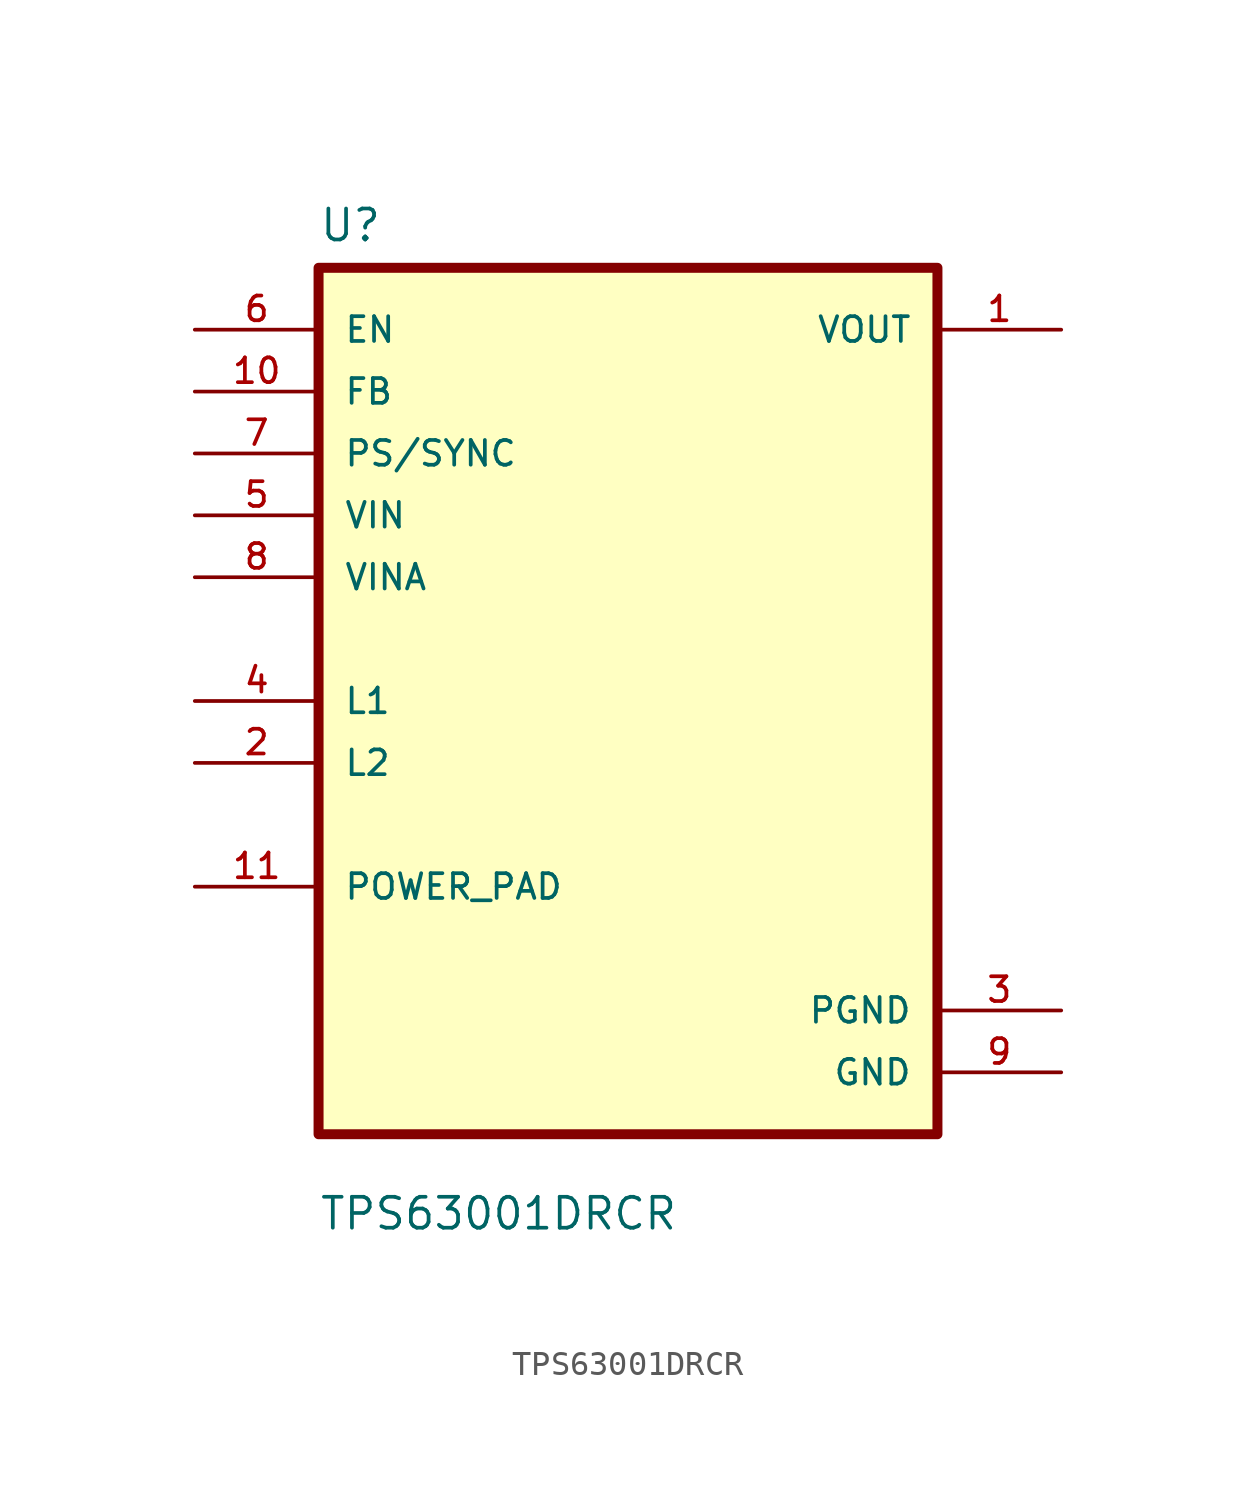
<source format=kicad_sym>
(kicad_symbol_lib
  (version 20241209)
  (generator "kicad_symbol_editor")
  (generator_version "9.0")
  (symbol "TPS63001DRCR"
    (pin_names
      (offset 1.016))
    (property "Reference" "U"
      (at -12.7 18.78 0)
      (effects (font (size 1.27 1.27)) (justify left bottom)))
    (property "Value" "TPS63001DRCR"
      (at -12.7 -21.78 0)
      (effects (font (size 1.27 1.27)) (justify left bottom)))
    (symbol "TPS63001DRCR_0_0"
      (rectangle (start -12.7 -17.78) (end 12.7 17.78) (stroke (width 0.41) (type default)) (fill (type background)))
      (pin input line (at -17.78 15.24 0) (length 5.08) (name "EN" (effects (font (size 1.016 1.016)))) (number "6" (effects (font (size 1.016 1.016)))))
      (pin input line (at -17.78 12.7 0) (length 5.08) (name "FB" (effects (font (size 1.016 1.016)))) (number "10" (effects (font (size 1.016 1.016)))))
      (pin input line (at -17.78 10.16 0) (length 5.08) (name "PS/SYNC" (effects (font (size 1.016 1.016)))) (number "7" (effects (font (size 1.016 1.016)))))
      (pin input line (at -17.78 7.62 0) (length 5.08) (name "VIN" (effects (font (size 1.016 1.016)))) (number "5" (effects (font (size 1.016 1.016)))))
      (pin input line (at -17.78 5.08 0) (length 5.08) (name "VINA" (effects (font (size 1.016 1.016)))) (number "8" (effects (font (size 1.016 1.016)))))
      (pin bidirectional line (at -17.78 0 0) (length 5.08) (name "L1" (effects (font (size 1.016 1.016)))) (number "4" (effects (font (size 1.016 1.016)))))
      (pin bidirectional line (at -17.78 -2.54 0) (length 5.08) (name "L2" (effects (font (size 1.016 1.016)))) (number "2" (effects (font (size 1.016 1.016)))))
      (pin power_in line (at 17.78 -12.7 180) (length 5.08) (name "PGND" (effects (font (size 1.016 1.016)))) (number "3" (effects (font (size 1.016 1.016)))))
      (pin power_in line (at 17.78 -15.24 180) (length 5.08) (name "GND" (effects (font (size 1.016 1.016)))) (number "9" (effects (font (size 1.016 1.016))))))
    (symbol "TPS63001DRCR_1_0"
      (pin passive line (at -17.78 -7.62 0) (length 5.08) (name "POWER_PAD" (effects (font (size 1.016 1.016)))) (number "11" (effects (font (size 1.016 1.016)))))
      (pin power_out line (at 17.78 15.24 180) (length 5.08) (name "VOUT" (effects (font (size 1.016 1.016)))) (number "1" (effects (font (size 1.016 1.016))))))))
</source>
